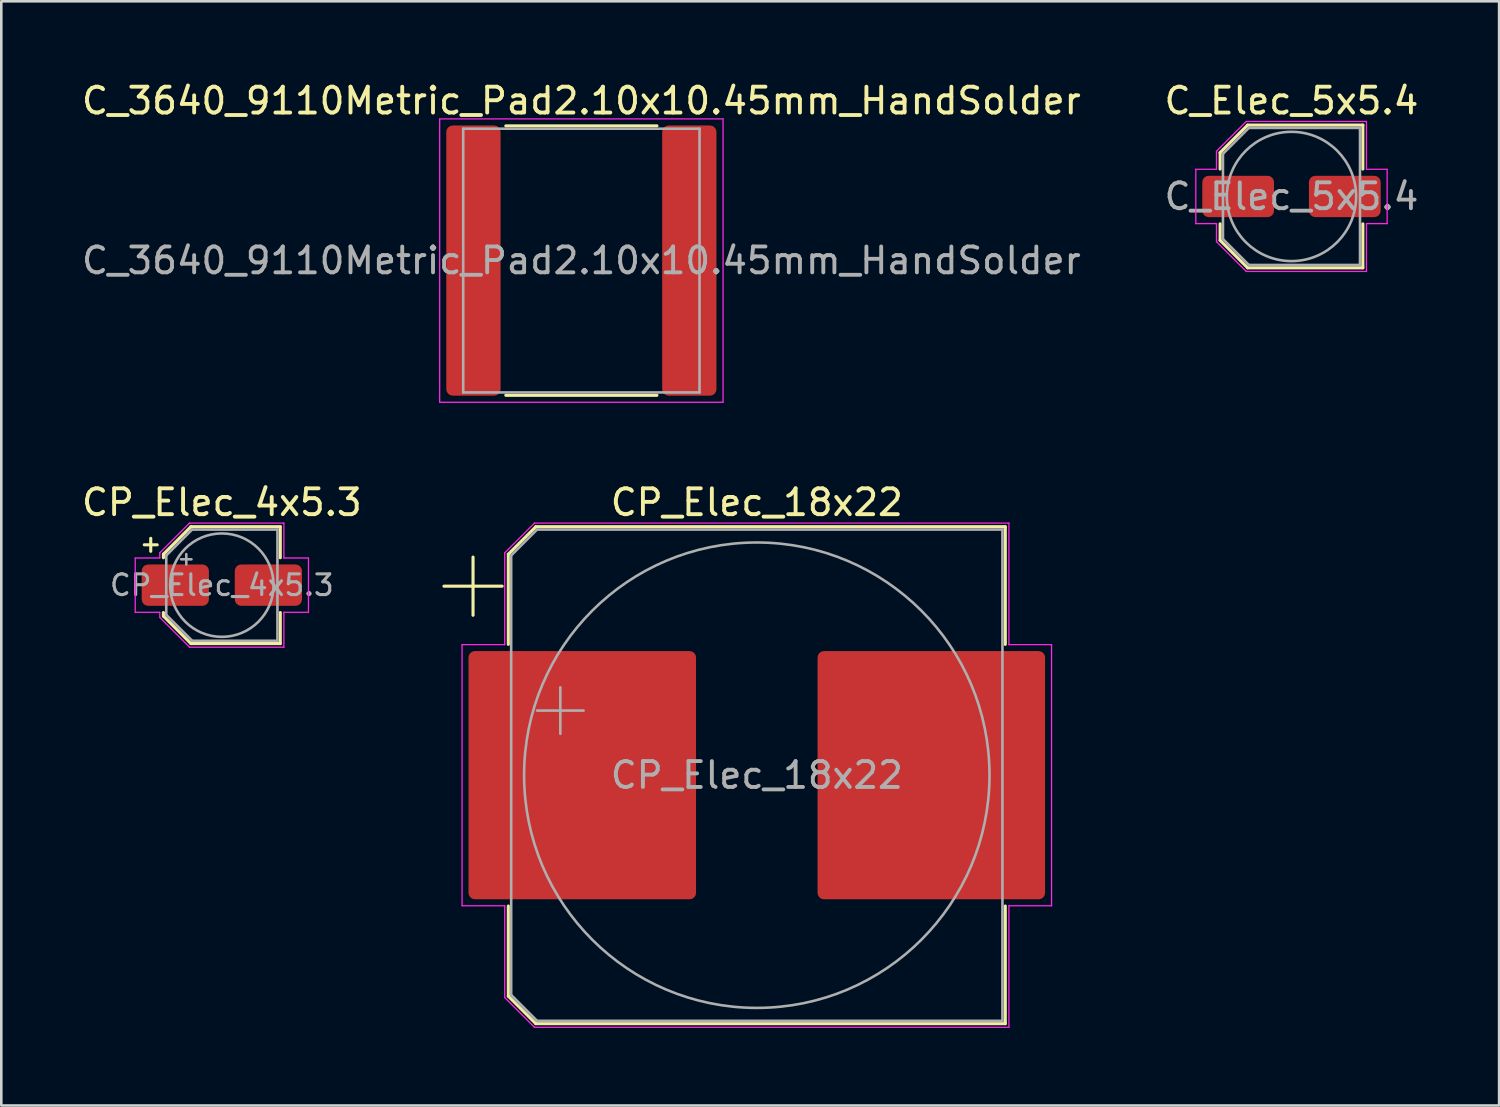
<source format=kicad_pcb>
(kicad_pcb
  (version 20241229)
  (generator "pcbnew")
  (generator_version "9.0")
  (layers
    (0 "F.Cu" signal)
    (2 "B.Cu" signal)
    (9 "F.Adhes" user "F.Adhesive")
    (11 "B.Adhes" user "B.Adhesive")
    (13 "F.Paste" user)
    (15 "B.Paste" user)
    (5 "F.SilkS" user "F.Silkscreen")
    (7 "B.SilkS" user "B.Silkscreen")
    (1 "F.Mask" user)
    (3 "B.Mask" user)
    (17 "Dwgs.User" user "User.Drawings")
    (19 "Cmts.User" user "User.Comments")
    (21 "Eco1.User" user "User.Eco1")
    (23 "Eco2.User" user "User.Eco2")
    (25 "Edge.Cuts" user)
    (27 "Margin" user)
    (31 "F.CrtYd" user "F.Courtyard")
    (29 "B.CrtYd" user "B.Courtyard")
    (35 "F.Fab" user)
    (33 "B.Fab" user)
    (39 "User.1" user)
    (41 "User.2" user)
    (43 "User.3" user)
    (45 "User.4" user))
  (footprint "CP_Elec_4x5.3"
    (layer "F.Cu")
    (at 5.53 19.581)
    (property "Reference" "CP_Elec_4x5.3" (at 0 -3.2 0) (layer "F.SilkS") (effects (font (size 1 1) (thickness 0.15))))
    (attr smd)
    (fp_line (start -3 -1.56) (end -2.5 -1.56) (stroke (width 0.12) (type solid)) (layer "F.SilkS"))
    (fp_line (start -2.75 -1.81) (end -2.75 -1.31) (stroke (width 0.12) (type solid)) (layer "F.SilkS"))
    (fp_line (start -2.26 -1.196) (end -2.26 -1.06) (stroke (width 0.12) (type solid)) (layer "F.SilkS"))
    (fp_line (start -2.26 -1.196) (end -1.196 -2.26) (stroke (width 0.12) (type solid)) (layer "F.SilkS"))
    (fp_line (start -2.26 1.196) (end -2.26 1.06) (stroke (width 0.12) (type solid)) (layer "F.SilkS"))
    (fp_line (start -2.26 1.196) (end -1.196 2.26) (stroke (width 0.12) (type solid)) (layer "F.SilkS"))
    (fp_line (start -1.196 -2.26) (end 2.26 -2.26) (stroke (width 0.12) (type solid)) (layer "F.SilkS"))
    (fp_line (start -1.196 2.26) (end 2.26 2.26) (stroke (width 0.12) (type solid)) (layer "F.SilkS"))
    (fp_line (start 2.26 -2.26) (end 2.26 -1.06) (stroke (width 0.12) (type solid)) (layer "F.SilkS"))
    (fp_line (start 2.26 2.26) (end 2.26 1.06) (stroke (width 0.12) (type solid)) (layer "F.SilkS"))
    (fp_line (start -3.35 -1.05) (end -3.35 1.05) (stroke (width 0.05) (type solid)) (layer "F.CrtYd"))
    (fp_line (start -3.35 1.05) (end -2.4 1.05) (stroke (width 0.05) (type solid)) (layer "F.CrtYd"))
    (fp_line (start -2.4 -1.25) (end -2.4 -1.05) (stroke (width 0.05) (type solid)) (layer "F.CrtYd"))
    (fp_line (start -2.4 -1.25) (end -1.25 -2.4) (stroke (width 0.05) (type solid)) (layer "F.CrtYd"))
    (fp_line (start -2.4 -1.05) (end -3.35 -1.05) (stroke (width 0.05) (type solid)) (layer "F.CrtYd"))
    (fp_line (start -2.4 1.05) (end -2.4 1.25) (stroke (width 0.05) (type solid)) (layer "F.CrtYd"))
    (fp_line (start -2.4 1.25) (end -1.25 2.4) (stroke (width 0.05) (type solid)) (layer "F.CrtYd"))
    (fp_line (start -1.25 -2.4) (end 2.4 -2.4) (stroke (width 0.05) (type solid)) (layer "F.CrtYd"))
    (fp_line (start -1.25 2.4) (end 2.4 2.4) (stroke (width 0.05) (type solid)) (layer "F.CrtYd"))
    (fp_line (start 2.4 -2.4) (end 2.4 -1.05) (stroke (width 0.05) (type solid)) (layer "F.CrtYd"))
    (fp_line (start 2.4 -1.05) (end 3.35 -1.05) (stroke (width 0.05) (type solid)) (layer "F.CrtYd"))
    (fp_line (start 2.4 1.05) (end 2.4 2.4) (stroke (width 0.05) (type solid)) (layer "F.CrtYd"))
    (fp_line (start 3.35 -1.05) (end 3.35 1.05) (stroke (width 0.05) (type solid)) (layer "F.CrtYd"))
    (fp_line (start 3.35 1.05) (end 2.4 1.05) (stroke (width 0.05) (type solid)) (layer "F.CrtYd"))
    (fp_line (start -2.15 -1.15) (end -2.15 1.15) (stroke (width 0.1) (type solid)) (layer "F.Fab"))
    (fp_line (start -2.15 -1.15) (end -1.15 -2.15) (stroke (width 0.1) (type solid)) (layer "F.Fab"))
    (fp_line (start -2.15 1.15) (end -1.15 2.15) (stroke (width 0.1) (type solid)) (layer "F.Fab"))
    (fp_line (start -1.575 -1) (end -1.175 -1) (stroke (width 0.1) (type solid)) (layer "F.Fab"))
    (fp_line (start -1.375 -1.2) (end -1.375 -0.8) (stroke (width 0.1) (type solid)) (layer "F.Fab"))
    (fp_line (start -1.15 -2.15) (end 2.15 -2.15) (stroke (width 0.1) (type solid)) (layer "F.Fab"))
    (fp_line (start -1.15 2.15) (end 2.15 2.15) (stroke (width 0.1) (type solid)) (layer "F.Fab"))
    (fp_line (start 2.15 -2.15) (end 2.15 2.15) (stroke (width 0.1) (type solid)) (layer "F.Fab"))
    (fp_circle (center 0 0) (end 2 0) (stroke (width 0.1) (type solid)) (fill no) (layer "F.Fab"))
    (fp_text user "${REFERENCE}" (at 0 0 0) (layer "F.Fab") (effects (font (size 0.8 0.8) (thickness 0.12))))
    (pad "1" smd roundrect (at -1.8 0) (size 2.6 1.6) (layers "F.Cu" "F.Mask" "F.Paste") (roundrect_rratio 0.156))
    (pad "2" smd roundrect (at 1.8 0) (size 2.6 1.6) (layers "F.Cu" "F.Mask" "F.Paste") (roundrect_rratio 0.156)))
  (footprint "C_3640_9110Metric_Pad2.10x10.45mm_HandSolder"
    (layer "F.Cu")
    (at 19.435 7.028)
    (property "Reference" "C_3640_9110Metric_Pad2.10x10.45mm_HandSolder" (at 0 -6.18 0) (layer "F.SilkS") (effects (font (size 1 1) (thickness 0.15))))
    (attr smd)
    (fp_line (start -2.922 -5.21) (end 2.922 -5.21) (stroke (width 0.12) (type solid)) (layer "F.SilkS"))
    (fp_line (start -2.922 5.21) (end 2.922 5.21) (stroke (width 0.12) (type solid)) (layer "F.SilkS"))
    (fp_line (start -5.48 -5.48) (end 5.48 -5.48) (stroke (width 0.05) (type solid)) (layer "F.CrtYd"))
    (fp_line (start -5.48 5.48) (end -5.48 -5.48) (stroke (width 0.05) (type solid)) (layer "F.CrtYd"))
    (fp_line (start 5.48 -5.48) (end 5.48 5.48) (stroke (width 0.05) (type solid)) (layer "F.CrtYd"))
    (fp_line (start 5.48 5.48) (end -5.48 5.48) (stroke (width 0.05) (type solid)) (layer "F.CrtYd"))
    (fp_line (start -4.57 -5.1) (end 4.57 -5.1) (stroke (width 0.1) (type solid)) (layer "F.Fab"))
    (fp_line (start -4.57 5.1) (end -4.57 -5.1) (stroke (width 0.1) (type solid)) (layer "F.Fab"))
    (fp_line (start 4.57 -5.1) (end 4.57 5.1) (stroke (width 0.1) (type solid)) (layer "F.Fab"))
    (fp_line (start 4.57 5.1) (end -4.57 5.1) (stroke (width 0.1) (type solid)) (layer "F.Fab"))
    (fp_text user "${REFERENCE}" (at 0 0 0) (layer "F.Fab") (effects (font (size 1 1) (thickness 0.15))))
    (pad "1" smd roundrect (at -4.175 0) (size 2.1 10.45) (layers "F.Cu" "F.Mask" "F.Paste") (roundrect_rratio 0.119))
    (pad "2" smd roundrect (at 4.175 0) (size 2.1 10.45) (layers "F.Cu" "F.Mask" "F.Paste") (roundrect_rratio 0.119)))
  (footprint "CP_Elec_18x22"
    (layer "F.Cu")
    (at 26.22 26.931)
    (property "Reference" "CP_Elec_18x22" (at 0 -10.55 0) (layer "F.SilkS") (effects (font (size 1 1) (thickness 0.15))))
    (attr smd)
    (fp_line (start -12.1 -7.31) (end -9.85 -7.31) (stroke (width 0.12) (type solid)) (layer "F.SilkS"))
    (fp_line (start -10.975 -8.435) (end -10.975 -6.185) (stroke (width 0.12) (type solid)) (layer "F.SilkS"))
    (fp_line (start -9.61 -8.546) (end -9.61 -5.06) (stroke (width 0.12) (type solid)) (layer "F.SilkS"))
    (fp_line (start -9.61 -8.546) (end -8.546 -9.61) (stroke (width 0.12) (type solid)) (layer "F.SilkS"))
    (fp_line (start -9.61 8.546) (end -9.61 5.06) (stroke (width 0.12) (type solid)) (layer "F.SilkS"))
    (fp_line (start -9.61 8.546) (end -8.546 9.61) (stroke (width 0.12) (type solid)) (layer "F.SilkS"))
    (fp_line (start -8.546 -9.61) (end 9.61 -9.61) (stroke (width 0.12) (type solid)) (layer "F.SilkS"))
    (fp_line (start -8.546 9.61) (end 9.61 9.61) (stroke (width 0.12) (type solid)) (layer "F.SilkS"))
    (fp_line (start 9.61 -9.61) (end 9.61 -5.06) (stroke (width 0.12) (type solid)) (layer "F.SilkS"))
    (fp_line (start 9.61 9.61) (end 9.61 5.06) (stroke (width 0.12) (type solid)) (layer "F.SilkS"))
    (fp_line (start -11.4 -5.05) (end -11.4 5.05) (stroke (width 0.05) (type solid)) (layer "F.CrtYd"))
    (fp_line (start -11.4 5.05) (end -9.75 5.05) (stroke (width 0.05) (type solid)) (layer "F.CrtYd"))
    (fp_line (start -9.75 -8.6) (end -9.75 -5.05) (stroke (width 0.05) (type solid)) (layer "F.CrtYd"))
    (fp_line (start -9.75 -8.6) (end -8.6 -9.75) (stroke (width 0.05) (type solid)) (layer "F.CrtYd"))
    (fp_line (start -9.75 -5.05) (end -11.4 -5.05) (stroke (width 0.05) (type solid)) (layer "F.CrtYd"))
    (fp_line (start -9.75 5.05) (end -9.75 8.6) (stroke (width 0.05) (type solid)) (layer "F.CrtYd"))
    (fp_line (start -9.75 8.6) (end -8.6 9.75) (stroke (width 0.05) (type solid)) (layer "F.CrtYd"))
    (fp_line (start -8.6 -9.75) (end 9.75 -9.75) (stroke (width 0.05) (type solid)) (layer "F.CrtYd"))
    (fp_line (start -8.6 9.75) (end 9.75 9.75) (stroke (width 0.05) (type solid)) (layer "F.CrtYd"))
    (fp_line (start 9.75 -9.75) (end 9.75 -5.05) (stroke (width 0.05) (type solid)) (layer "F.CrtYd"))
    (fp_line (start 9.75 -5.05) (end 11.4 -5.05) (stroke (width 0.05) (type solid)) (layer "F.CrtYd"))
    (fp_line (start 9.75 5.05) (end 9.75 9.75) (stroke (width 0.05) (type solid)) (layer "F.CrtYd"))
    (fp_line (start 11.4 -5.05) (end 11.4 5.05) (stroke (width 0.05) (type solid)) (layer "F.CrtYd"))
    (fp_line (start 11.4 5.05) (end 9.75 5.05) (stroke (width 0.05) (type solid)) (layer "F.CrtYd"))
    (fp_line (start -9.5 -8.5) (end -9.5 8.5) (stroke (width 0.1) (type solid)) (layer "F.Fab"))
    (fp_line (start -9.5 -8.5) (end -8.5 -9.5) (stroke (width 0.1) (type solid)) (layer "F.Fab"))
    (fp_line (start -9.5 8.5) (end -8.5 9.5) (stroke (width 0.1) (type solid)) (layer "F.Fab"))
    (fp_line (start -8.5 -9.5) (end 9.5 -9.5) (stroke (width 0.1) (type solid)) (layer "F.Fab"))
    (fp_line (start -8.5 9.5) (end 9.5 9.5) (stroke (width 0.1) (type solid)) (layer "F.Fab"))
    (fp_line (start -8.499 -2.5) (end -6.699 -2.5) (stroke (width 0.1) (type solid)) (layer "F.Fab"))
    (fp_line (start -7.599 -3.4) (end -7.599 -1.6) (stroke (width 0.1) (type solid)) (layer "F.Fab"))
    (fp_line (start 9.5 -9.5) (end 9.5 9.5) (stroke (width 0.1) (type solid)) (layer "F.Fab"))
    (fp_circle (center 0 0) (end 9 0) (stroke (width 0.1) (type solid)) (fill no) (layer "F.Fab"))
    (fp_text user "${REFERENCE}" (at 0 0 0) (layer "F.Fab") (effects (font (size 1 1) (thickness 0.15))))
    (pad "1" smd roundrect (at -6.75 0) (size 8.8 9.6) (layers "F.Cu" "F.Mask" "F.Paste") (roundrect_rratio 0.028))
    (pad "2" smd roundrect (at 6.75 0) (size 8.8 9.6) (layers "F.Cu" "F.Mask" "F.Paste") (roundrect_rratio 0.028)))
  (footprint "C_Elec_5x5.4"
    (layer "F.Cu")
    (at 46.899 4.548)
    (property "Reference" "C_Elec_5x5.4" (at 0 -3.7 0) (layer "F.SilkS") (effects (font (size 1 1) (thickness 0.15))))
    (attr smd)
    (fp_line (start -2.76 -1.696) (end -2.76 -1.06) (stroke (width 0.12) (type solid)) (layer "F.SilkS"))
    (fp_line (start -2.76 -1.696) (end -1.696 -2.76) (stroke (width 0.12) (type solid)) (layer "F.SilkS"))
    (fp_line (start -2.76 1.696) (end -2.76 1.06) (stroke (width 0.12) (type solid)) (layer "F.SilkS"))
    (fp_line (start -2.76 1.696) (end -1.696 2.76) (stroke (width 0.12) (type solid)) (layer "F.SilkS"))
    (fp_line (start -1.696 -2.76) (end 2.76 -2.76) (stroke (width 0.12) (type solid)) (layer "F.SilkS"))
    (fp_line (start -1.696 2.76) (end 2.76 2.76) (stroke (width 0.12) (type solid)) (layer "F.SilkS"))
    (fp_line (start 2.76 -2.76) (end 2.76 -1.06) (stroke (width 0.12) (type solid)) (layer "F.SilkS"))
    (fp_line (start 2.76 2.76) (end 2.76 1.06) (stroke (width 0.12) (type solid)) (layer "F.SilkS"))
    (fp_line (start -3.7 -1.05) (end -3.7 1.05) (stroke (width 0.05) (type solid)) (layer "F.CrtYd"))
    (fp_line (start -3.7 1.05) (end -2.9 1.05) (stroke (width 0.05) (type solid)) (layer "F.CrtYd"))
    (fp_line (start -2.9 -1.75) (end -2.9 -1.05) (stroke (width 0.05) (type solid)) (layer "F.CrtYd"))
    (fp_line (start -2.9 -1.75) (end -1.75 -2.9) (stroke (width 0.05) (type solid)) (layer "F.CrtYd"))
    (fp_line (start -2.9 -1.05) (end -3.7 -1.05) (stroke (width 0.05) (type solid)) (layer "F.CrtYd"))
    (fp_line (start -2.9 1.05) (end -2.9 1.75) (stroke (width 0.05) (type solid)) (layer "F.CrtYd"))
    (fp_line (start -2.9 1.75) (end -1.75 2.9) (stroke (width 0.05) (type solid)) (layer "F.CrtYd"))
    (fp_line (start -1.75 -2.9) (end 2.9 -2.9) (stroke (width 0.05) (type solid)) (layer "F.CrtYd"))
    (fp_line (start -1.75 2.9) (end 2.9 2.9) (stroke (width 0.05) (type solid)) (layer "F.CrtYd"))
    (fp_line (start 2.9 -2.9) (end 2.9 -1.05) (stroke (width 0.05) (type solid)) (layer "F.CrtYd"))
    (fp_line (start 2.9 -1.05) (end 3.7 -1.05) (stroke (width 0.05) (type solid)) (layer "F.CrtYd"))
    (fp_line (start 2.9 1.05) (end 2.9 2.9) (stroke (width 0.05) (type solid)) (layer "F.CrtYd"))
    (fp_line (start 3.7 -1.05) (end 3.7 1.05) (stroke (width 0.05) (type solid)) (layer "F.CrtYd"))
    (fp_line (start 3.7 1.05) (end 2.9 1.05) (stroke (width 0.05) (type solid)) (layer "F.CrtYd"))
    (fp_line (start -2.65 -1.65) (end -2.65 1.65) (stroke (width 0.1) (type solid)) (layer "F.Fab"))
    (fp_line (start -2.65 -1.65) (end -1.65 -2.65) (stroke (width 0.1) (type solid)) (layer "F.Fab"))
    (fp_line (start -2.65 1.65) (end -1.65 2.65) (stroke (width 0.1) (type solid)) (layer "F.Fab"))
    (fp_line (start -1.65 -2.65) (end 2.65 -2.65) (stroke (width 0.1) (type solid)) (layer "F.Fab"))
    (fp_line (start -1.65 2.65) (end 2.65 2.65) (stroke (width 0.1) (type solid)) (layer "F.Fab"))
    (fp_line (start 2.65 -2.65) (end 2.65 2.65) (stroke (width 0.1) (type solid)) (layer "F.Fab"))
    (fp_circle (center 0 0) (end 2.5 0) (stroke (width 0.1) (type solid)) (fill no) (layer "F.Fab"))
    (fp_text user "${REFERENCE}" (at 0 0 0) (layer "F.Fab") (effects (font (size 1 1) (thickness 0.15))))
    (pad "1" smd roundrect (at -2.062 0) (size 2.775 1.6) (layers "F.Cu" "F.Mask" "F.Paste") (roundrect_rratio 0.156))
    (pad "2" smd roundrect (at 2.062 0) (size 2.775 1.6) (layers "F.Cu" "F.Mask" "F.Paste") (roundrect_rratio 0.156)))
  (gr_rect
    (start -3 -3)
    (end 54.929 39.706)
    (stroke (width 0.1) (type default))
    (fill no)
    (layer "Edge.Cuts")))
</source>
